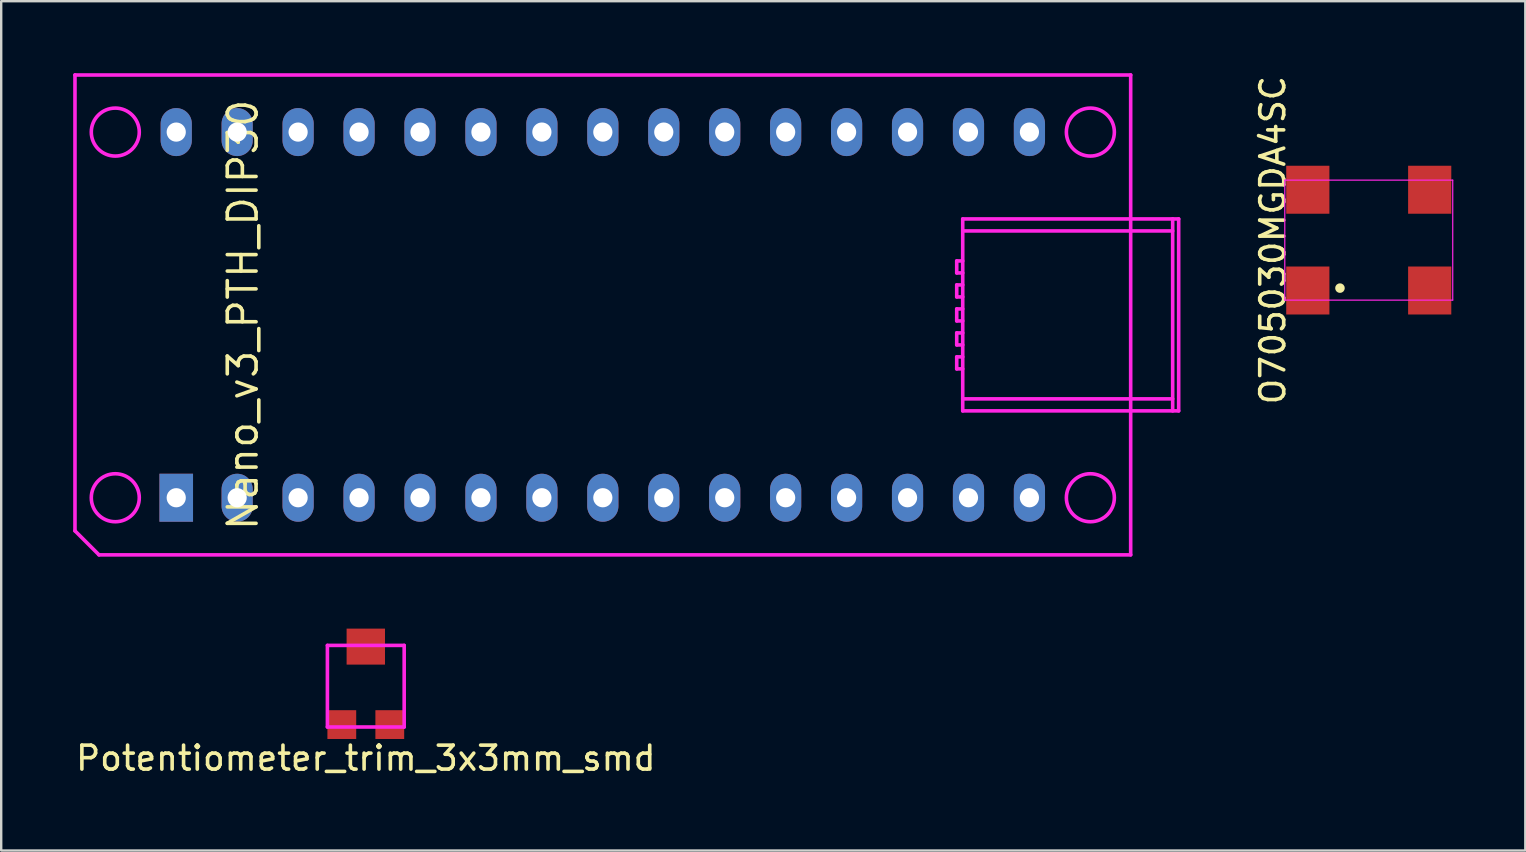
<source format=kicad_pcb>
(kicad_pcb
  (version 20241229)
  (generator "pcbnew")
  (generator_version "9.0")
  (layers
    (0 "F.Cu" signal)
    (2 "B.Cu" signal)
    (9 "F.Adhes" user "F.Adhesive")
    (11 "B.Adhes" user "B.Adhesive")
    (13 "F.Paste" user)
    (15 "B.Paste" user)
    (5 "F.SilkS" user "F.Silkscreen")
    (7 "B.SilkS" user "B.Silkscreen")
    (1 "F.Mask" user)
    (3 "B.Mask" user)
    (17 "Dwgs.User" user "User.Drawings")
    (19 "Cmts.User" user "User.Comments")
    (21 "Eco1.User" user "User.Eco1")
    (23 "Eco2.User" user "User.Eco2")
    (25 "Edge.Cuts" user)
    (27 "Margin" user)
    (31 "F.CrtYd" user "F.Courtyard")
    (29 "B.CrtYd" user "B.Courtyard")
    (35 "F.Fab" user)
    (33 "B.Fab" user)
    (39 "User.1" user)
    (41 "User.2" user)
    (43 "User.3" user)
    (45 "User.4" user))
  (footprint "Potentiometer_trim_3x3mm_smd"
    (layer "F.Cu")
    (at 12.196 25.55)
    (property "Reference" "Potentiometer_trim_3x3mm_smd" (at 0 3 0) (layer "F.SilkS") (effects (font (size 1 1) (thickness 0.15))))
    (attr through_hole)
    (fp_line (start -1.6 -1.7) (end -1.6 1.7) (stroke (width 0.15) (type solid)) (layer "F.CrtYd"))
    (fp_line (start -1.6 -1.7) (end 1.6 -1.7) (stroke (width 0.15) (type solid)) (layer "F.CrtYd"))
    (fp_line (start -1.6 1.7) (end 1.6 1.7) (stroke (width 0.15) (type solid)) (layer "F.CrtYd"))
    (fp_line (start 1.6 -1.7) (end 1.6 1.7) (stroke (width 0.15) (type solid)) (layer "F.CrtYd"))
    (pad "1" smd rect (at -1 1.6) (size 1.2 1.2) (layers "F.Cu" "F.Mask" "F.Paste"))
    (pad "2" smd rect (at 0 -1.65) (size 1.6 1.5) (layers "F.Cu" "F.Mask" "F.Paste"))
    (pad "3" smd rect (at 1 1.6) (size 1.2 1.2) (layers "F.Cu" "F.Mask" "F.Paste")))
  (footprint "O705030MGDA4SC"
    (layer "F.Cu")
    (at 53.998 6.958)
    (property "Reference" "O705030MGDA4SC" (at -4 0 270) (layer "F.SilkS") (effects (font (size 1 1) (thickness 0.15))))
    (attr smd)
    (fp_circle (center -1.2 2) (end -1.1 2) (stroke (width 0.2) (type solid)) (fill no) (layer "F.SilkS"))
    (fp_line (start -3.5 -2.5) (end 3.5 -2.5) (stroke (width 0.05) (type solid)) (layer "F.CrtYd"))
    (fp_line (start -3.5 2.5) (end -3.5 -2.5) (stroke (width 0.05) (type solid)) (layer "F.CrtYd"))
    (fp_line (start 3.5 -2.5) (end 3.5 2.5) (stroke (width 0.05) (type solid)) (layer "F.CrtYd"))
    (fp_line (start 3.5 2.5) (end -3.5 2.5) (stroke (width 0.05) (type solid)) (layer "F.CrtYd"))
    (pad "1" smd rect (at -2.54 2.1) (size 1.8 2) (layers "F.Cu" "F.Mask" "F.Paste"))
    (pad "2" smd rect (at 2.54 2.1) (size 1.8 2) (layers "F.Cu" "F.Mask" "F.Paste"))
    (pad "3" smd rect (at 2.54 -2.1) (size 1.8 2) (layers "F.Cu" "F.Mask" "F.Paste"))
    (pad "4" smd rect (at -2.54 -2.1) (size 1.8 2) (layers "F.Cu" "F.Mask" "F.Paste")))
  (footprint "Nano_v3_PTH_DIP30"
    (layer "F.Cu")
    (at 22.075 10.075)
    (property "Reference" "Nano_v3_PTH_DIP30" (at -15 0 90) (layer "F.SilkS") (effects (font (size 1.2 1.2) (thickness 0.15))))
    (attr through_hole)
    (fp_line (start -22 -10) (end -22 9) (stroke (width 0.15) (type solid)) (layer "F.CrtYd"))
    (fp_line (start -21 10) (end -22 9) (stroke (width 0.15) (type solid)) (layer "F.CrtYd"))
    (fp_line (start -21 10) (end 22 10) (stroke (width 0.15) (type solid)) (layer "F.CrtYd"))
    (fp_line (start 14.75 -2.25) (end 15 -2.25) (stroke (width 0.15) (type solid)) (layer "F.CrtYd"))
    (fp_line (start 14.75 -1.75) (end 14.75 -2.25) (stroke (width 0.15) (type solid)) (layer "F.CrtYd"))
    (fp_line (start 14.75 -1.25) (end 15 -1.25) (stroke (width 0.15) (type solid)) (layer "F.CrtYd"))
    (fp_line (start 14.75 -0.75) (end 14.75 -1.25) (stroke (width 0.15) (type solid)) (layer "F.CrtYd"))
    (fp_line (start 14.75 -0.25) (end 15 -0.25) (stroke (width 0.15) (type solid)) (layer "F.CrtYd"))
    (fp_line (start 14.75 0.25) (end 14.75 -0.25) (stroke (width 0.15) (type solid)) (layer "F.CrtYd"))
    (fp_line (start 14.75 0.75) (end 14.75 1.25) (stroke (width 0.15) (type solid)) (layer "F.CrtYd"))
    (fp_line (start 14.75 1.25) (end 15 1.25) (stroke (width 0.15) (type solid)) (layer "F.CrtYd"))
    (fp_line (start 14.75 1.75) (end 14.75 2.25) (stroke (width 0.15) (type solid)) (layer "F.CrtYd"))
    (fp_line (start 14.75 2.25) (end 15 2.25) (stroke (width 0.15) (type solid)) (layer "F.CrtYd"))
    (fp_line (start 15 -4) (end 15 4) (stroke (width 0.15) (type solid)) (layer "F.CrtYd"))
    (fp_line (start 15 -3.5) (end 23.75 -3.5) (stroke (width 0.15) (type solid)) (layer "F.CrtYd"))
    (fp_line (start 15 -1.75) (end 14.75 -1.75) (stroke (width 0.15) (type solid)) (layer "F.CrtYd"))
    (fp_line (start 15 -0.75) (end 14.75 -0.75) (stroke (width 0.15) (type solid)) (layer "F.CrtYd"))
    (fp_line (start 15 0.25) (end 14.75 0.25) (stroke (width 0.15) (type solid)) (layer "F.CrtYd"))
    (fp_line (start 15 0.75) (end 14.75 0.75) (stroke (width 0.15) (type solid)) (layer "F.CrtYd"))
    (fp_line (start 15 1.75) (end 14.75 1.75) (stroke (width 0.15) (type solid)) (layer "F.CrtYd"))
    (fp_line (start 15 3.5) (end 23.75 3.5) (stroke (width 0.15) (type solid)) (layer "F.CrtYd"))
    (fp_line (start 15 4) (end 24 4) (stroke (width 0.15) (type solid)) (layer "F.CrtYd"))
    (fp_line (start 22 -10) (end -22 -10) (stroke (width 0.15) (type solid)) (layer "F.CrtYd"))
    (fp_line (start 22 10) (end 22 -10) (stroke (width 0.15) (type solid)) (layer "F.CrtYd"))
    (fp_line (start 23.75 -4) (end 23.75 4) (stroke (width 0.15) (type solid)) (layer "F.CrtYd"))
    (fp_line (start 24 -4) (end 15 -4) (stroke (width 0.15) (type solid)) (layer "F.CrtYd"))
    (fp_line (start 24 4) (end 24 -4) (stroke (width 0.15) (type solid)) (layer "F.CrtYd"))
    (fp_circle (center -20.32 -7.62) (end -19.32 -7.62) (stroke (width 0.15) (type solid)) (fill no) (layer "F.CrtYd"))
    (fp_circle (center -20.32 7.62) (end -19.32 7.62) (stroke (width 0.15) (type solid)) (fill no) (layer "F.CrtYd"))
    (fp_circle (center 20.32 -7.62) (end 21.32 -7.62) (stroke (width 0.15) (type solid)) (fill no) (layer "F.CrtYd"))
    (fp_circle (center 20.32 7.62) (end 21.32 7.62) (stroke (width 0.15) (type solid)) (fill no) (layer "F.CrtYd"))
    (pad "1" thru_hole rect (at -17.78 7.62) (size 1.4 2) (drill 0.8) (layers "*.Cu" "*.Mask"))
    (pad "2" thru_hole oval (at -15.24 7.62) (size 1.3 2) (drill 0.8) (layers "*.Cu" "*.Mask"))
    (pad "3" thru_hole oval (at -12.7 7.62) (size 1.3 2) (drill 0.8) (layers "*.Cu" "*.Mask"))
    (pad "4" thru_hole oval (at -10.16 7.62) (size 1.3 2) (drill 0.8) (layers "*.Cu" "*.Mask"))
    (pad "5" thru_hole oval (at -7.62 7.62) (size 1.3 2) (drill 0.8) (layers "*.Cu" "*.Mask"))
    (pad "6" thru_hole oval (at -5.08 7.62) (size 1.3 2) (drill 0.8) (layers "*.Cu" "*.Mask"))
    (pad "7" thru_hole oval (at -2.54 7.62) (size 1.3 2) (drill 0.8) (layers "*.Cu" "*.Mask"))
    (pad "8" thru_hole oval (at 0 7.62) (size 1.3 2) (drill 0.8) (layers "*.Cu" "*.Mask"))
    (pad "9" thru_hole oval (at 2.54 7.62) (size 1.3 2) (drill 0.8) (layers "*.Cu" "*.Mask"))
    (pad "10" thru_hole oval (at 5.08 7.62) (size 1.3 2) (drill 0.8) (layers "*.Cu" "*.Mask"))
    (pad "11" thru_hole oval (at 7.62 7.62) (size 1.3 2) (drill 0.8) (layers "*.Cu" "*.Mask"))
    (pad "12" thru_hole oval (at 10.16 7.62) (size 1.3 2) (drill 0.8) (layers "*.Cu" "*.Mask"))
    (pad "13" thru_hole oval (at 12.7 7.62) (size 1.3 2) (drill 0.8) (layers "*.Cu" "*.Mask"))
    (pad "14" thru_hole oval (at 15.24 7.62) (size 1.3 2) (drill 0.8) (layers "*.Cu" "*.Mask"))
    (pad "15" thru_hole oval (at 17.78 7.62) (size 1.3 2) (drill 0.8) (layers "*.Cu" "*.Mask"))
    (pad "16" thru_hole oval (at 17.78 -7.62) (size 1.3 2) (drill 0.8) (layers "*.Cu" "*.Mask"))
    (pad "17" thru_hole oval (at 15.24 -7.62) (size 1.3 2) (drill 0.8) (layers "*.Cu" "*.Mask"))
    (pad "18" thru_hole oval (at 12.7 -7.62) (size 1.3 2) (drill 0.8) (layers "*.Cu" "*.Mask"))
    (pad "19" thru_hole oval (at 10.16 -7.62) (size 1.3 2) (drill 0.8) (layers "*.Cu" "*.Mask"))
    (pad "20" thru_hole oval (at 7.62 -7.62) (size 1.3 2) (drill 0.8) (layers "*.Cu" "*.Mask"))
    (pad "21" thru_hole oval (at 5.08 -7.62) (size 1.3 2) (drill 0.8) (layers "*.Cu" "*.Mask"))
    (pad "22" thru_hole oval (at 2.54 -7.62) (size 1.3 2) (drill 0.8) (layers "*.Cu" "*.Mask"))
    (pad "23" thru_hole oval (at 0 -7.62) (size 1.3 2) (drill 0.8) (layers "*.Cu" "*.Mask"))
    (pad "24" thru_hole oval (at -2.54 -7.62) (size 1.3 2) (drill 0.8) (layers "*.Cu" "*.Mask"))
    (pad "25" thru_hole oval (at -5.08 -7.62) (size 1.3 2) (drill 0.8) (layers "*.Cu" "*.Mask"))
    (pad "26" thru_hole oval (at -7.62 -7.62) (size 1.3 2) (drill 0.8) (layers "*.Cu" "*.Mask"))
    (pad "27" thru_hole oval (at -10.16 -7.62) (size 1.3 2) (drill 0.8) (layers "*.Cu" "*.Mask"))
    (pad "28" thru_hole oval (at -12.7 -7.62) (size 1.3 2) (drill 0.8) (layers "*.Cu" "*.Mask"))
    (pad "29" thru_hole oval (at -15.24 -7.62) (size 1.3 2) (drill 0.8) (layers "*.Cu" "*.Mask"))
    (pad "30" thru_hole oval (at -17.78 -7.62) (size 1.3 2) (drill 0.8) (layers "*.Cu" "*.Mask")))
  (gr_rect
    (start -3 -3)
    (end 60.523 32.398)
    (stroke (width 0.1) (type default))
    (fill no)
    (layer "Edge.Cuts")))
</source>
